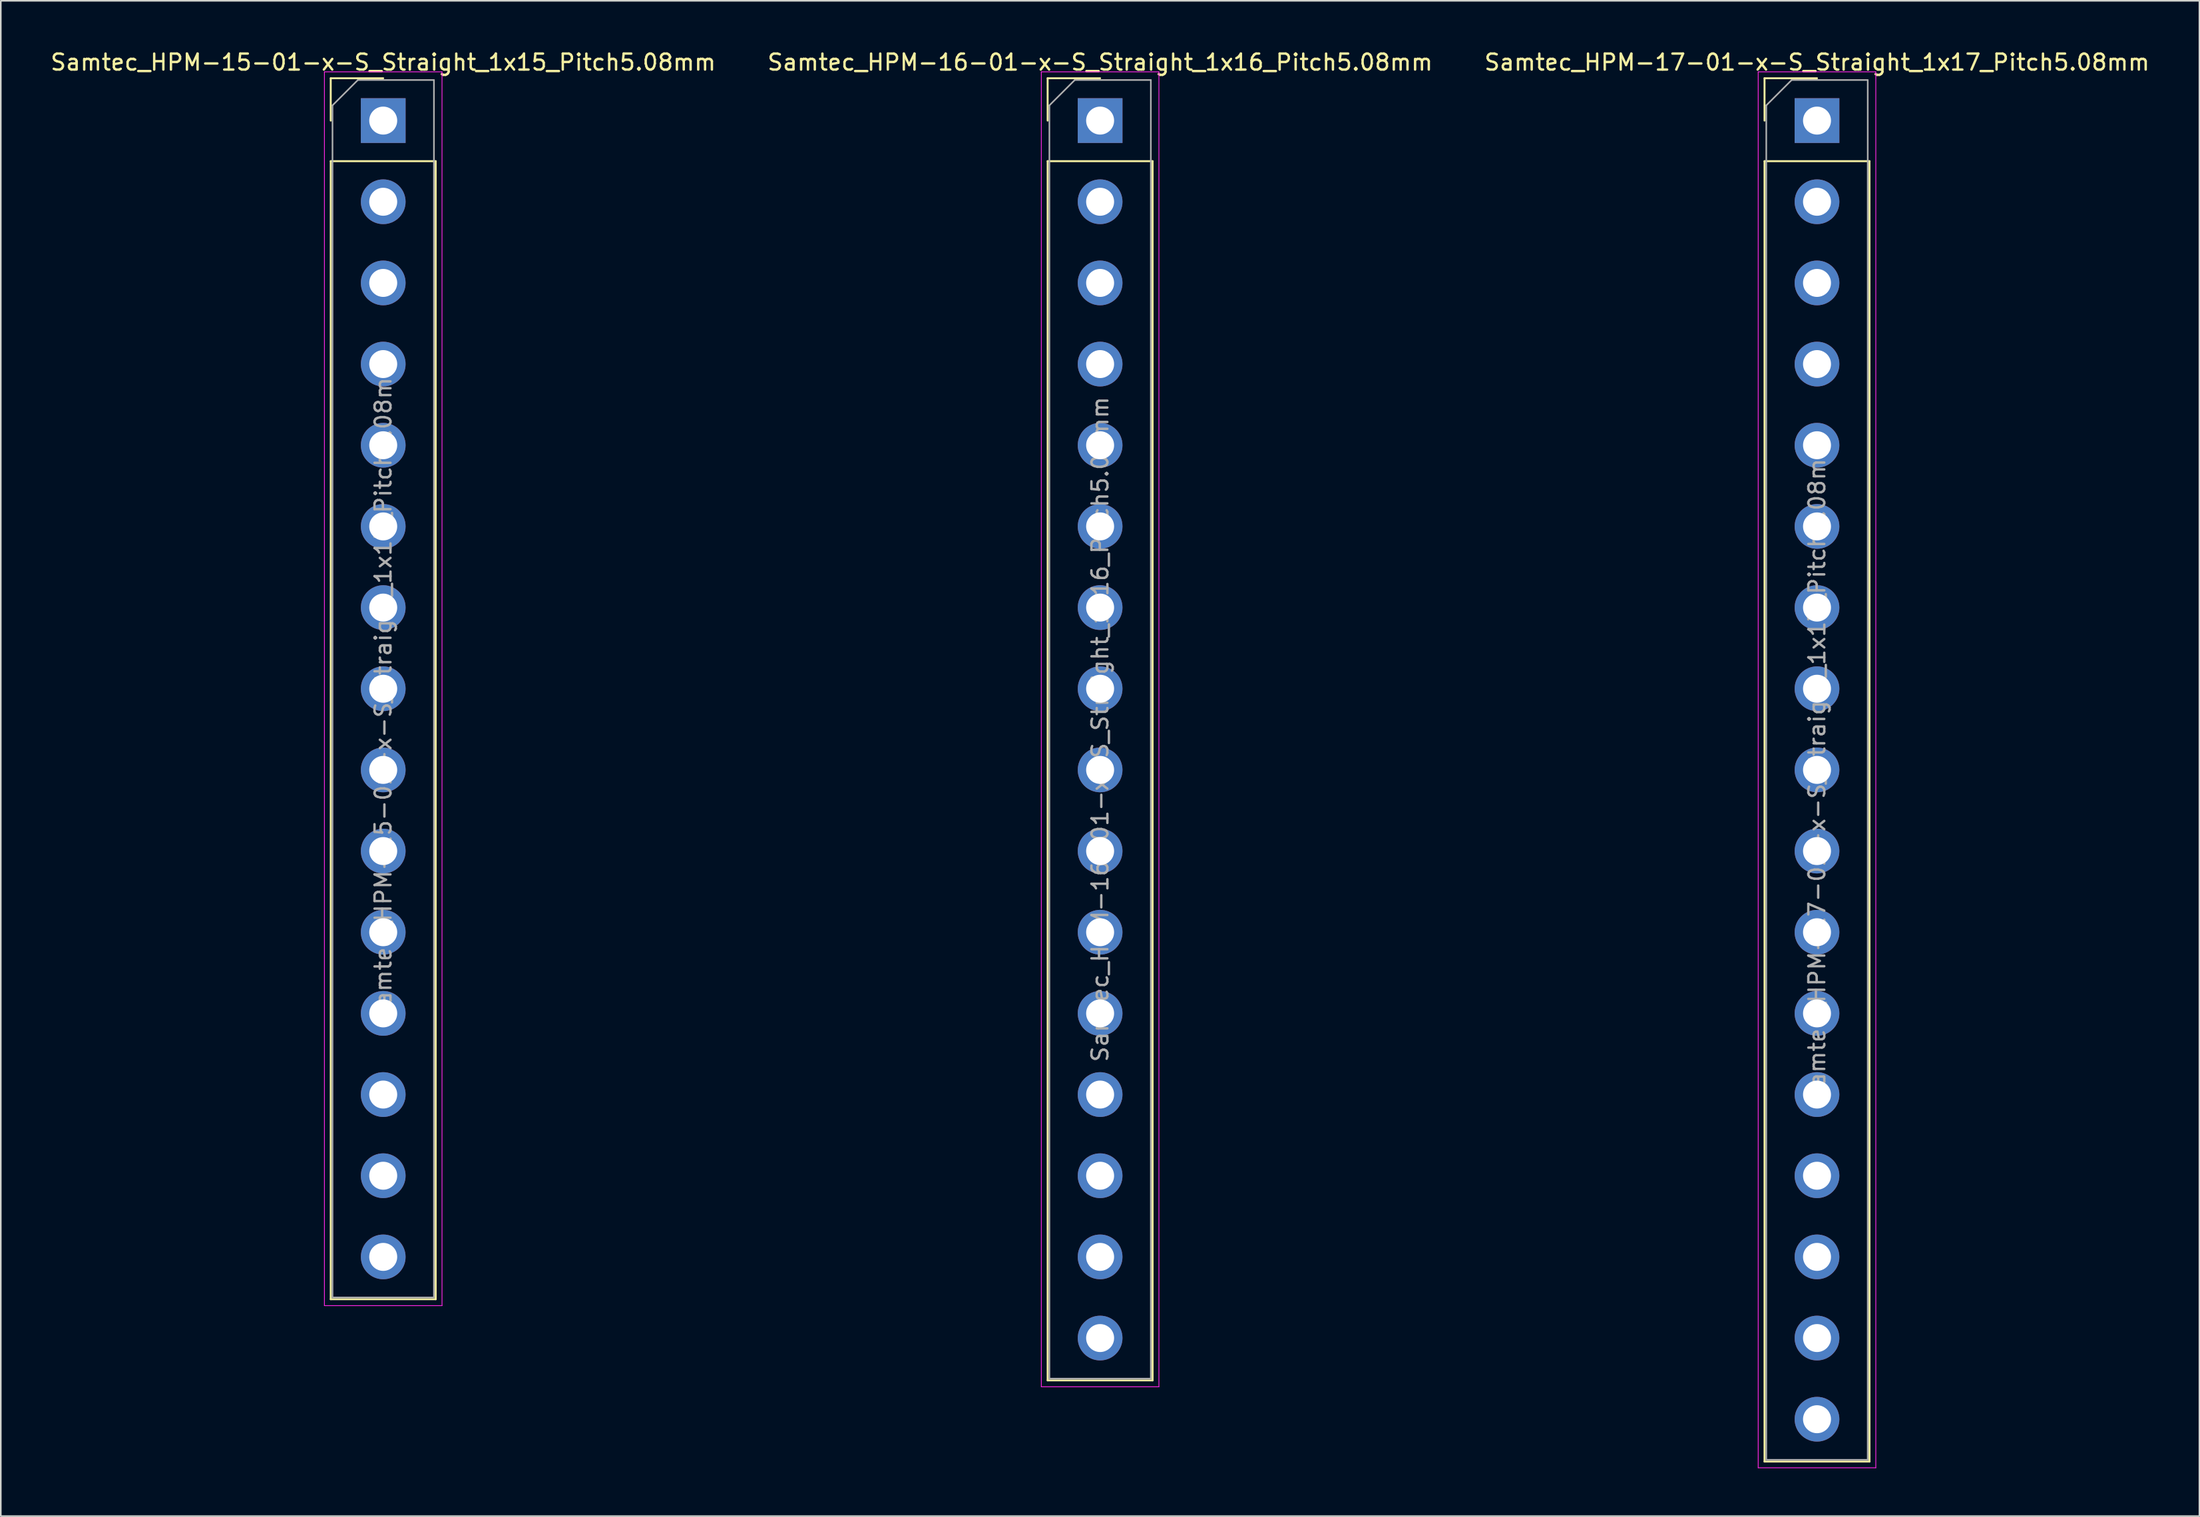
<source format=kicad_pcb>
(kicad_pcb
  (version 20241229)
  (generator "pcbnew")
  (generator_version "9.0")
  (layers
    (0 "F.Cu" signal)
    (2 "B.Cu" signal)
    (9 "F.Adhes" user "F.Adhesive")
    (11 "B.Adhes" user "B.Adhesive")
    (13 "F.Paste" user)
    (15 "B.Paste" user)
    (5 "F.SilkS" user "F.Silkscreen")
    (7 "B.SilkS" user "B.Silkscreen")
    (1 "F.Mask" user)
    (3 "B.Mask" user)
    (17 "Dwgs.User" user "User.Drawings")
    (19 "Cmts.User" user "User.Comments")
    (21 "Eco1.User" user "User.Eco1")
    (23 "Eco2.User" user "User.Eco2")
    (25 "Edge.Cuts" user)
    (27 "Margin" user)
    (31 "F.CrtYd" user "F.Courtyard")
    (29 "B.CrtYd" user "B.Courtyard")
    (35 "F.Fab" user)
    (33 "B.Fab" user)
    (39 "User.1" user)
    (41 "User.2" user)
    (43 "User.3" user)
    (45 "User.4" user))
  (footprint "Samtec_HPM-15-01-x-S_Straight_1x15_Pitch5.08mm"
    (layer "F.Cu")
    (at 20.935 4.498)
    (property "Reference" "Samtec_HPM-15-01-x-S_Straight_1x15_Pitch5.08mm" (at 0 -3.65 0) (layer "F.SilkS") (effects (font (size 1 1) (thickness 0.15))))
    (attr through_hole)
    (fp_line (start -3.285 -2.65) (end 0 -2.65) (stroke (width 0.12) (type solid)) (layer "F.SilkS"))
    (fp_line (start -3.285 0) (end -3.285 -2.65) (stroke (width 0.12) (type solid)) (layer "F.SilkS"))
    (fp_line (start -3.285 2.54) (end -3.285 73.77) (stroke (width 0.12) (type solid)) (layer "F.SilkS"))
    (fp_line (start -3.285 2.54) (end 3.285 2.54) (stroke (width 0.12) (type solid)) (layer "F.SilkS"))
    (fp_line (start -3.285 73.77) (end 3.285 73.77) (stroke (width 0.12) (type solid)) (layer "F.SilkS"))
    (fp_line (start 3.285 2.54) (end 3.285 73.77) (stroke (width 0.12) (type solid)) (layer "F.SilkS"))
    (fp_line (start -3.68 -3.05) (end -3.68 74.17) (stroke (width 0.05) (type solid)) (layer "F.CrtYd"))
    (fp_line (start -3.68 74.17) (end 3.68 74.17) (stroke (width 0.05) (type solid)) (layer "F.CrtYd"))
    (fp_line (start 3.68 -3.05) (end -3.68 -3.05) (stroke (width 0.05) (type solid)) (layer "F.CrtYd"))
    (fp_line (start 3.68 74.17) (end 3.68 -3.05) (stroke (width 0.05) (type solid)) (layer "F.CrtYd"))
    (fp_line (start -3.175 -0.953) (end -1.587 -2.54) (stroke (width 0.1) (type solid)) (layer "F.Fab"))
    (fp_line (start -3.175 73.66) (end -3.175 -0.953) (stroke (width 0.1) (type solid)) (layer "F.Fab"))
    (fp_line (start -1.587 -2.54) (end 3.175 -2.54) (stroke (width 0.1) (type solid)) (layer "F.Fab"))
    (fp_line (start 3.175 -2.54) (end 3.175 73.66) (stroke (width 0.1) (type solid)) (layer "F.Fab"))
    (fp_line (start 3.175 73.66) (end -3.175 73.66) (stroke (width 0.1) (type solid)) (layer "F.Fab"))
    (fp_text user "${REFERENCE}" (at 0 35.56 90) (layer "F.Fab") (effects (font (size 1 1) (thickness 0.15))))
    (pad "1" thru_hole rect (at 0 0) (size 2.8 2.8) (drill 1.75) (layers "*.Cu" "*.Mask"))
    (pad "2" thru_hole circle (at 0 5.08) (size 2.8 2.8) (drill 1.75) (layers "*.Cu" "*.Mask"))
    (pad "3" thru_hole circle (at 0 10.16) (size 2.8 2.8) (drill 1.75) (layers "*.Cu" "*.Mask"))
    (pad "4" thru_hole circle (at 0 15.24) (size 2.8 2.8) (drill 1.75) (layers "*.Cu" "*.Mask"))
    (pad "5" thru_hole circle (at 0 20.32) (size 2.8 2.8) (drill 1.75) (layers "*.Cu" "*.Mask"))
    (pad "6" thru_hole circle (at 0 25.4) (size 2.8 2.8) (drill 1.75) (layers "*.Cu" "*.Mask"))
    (pad "7" thru_hole circle (at 0 30.48) (size 2.8 2.8) (drill 1.75) (layers "*.Cu" "*.Mask"))
    (pad "8" thru_hole circle (at 0 35.56) (size 2.8 2.8) (drill 1.75) (layers "*.Cu" "*.Mask"))
    (pad "9" thru_hole circle (at 0 40.64) (size 2.8 2.8) (drill 1.75) (layers "*.Cu" "*.Mask"))
    (pad "10" thru_hole circle (at 0 45.72) (size 2.8 2.8) (drill 1.75) (layers "*.Cu" "*.Mask"))
    (pad "11" thru_hole circle (at 0 50.8) (size 2.8 2.8) (drill 1.75) (layers "*.Cu" "*.Mask"))
    (pad "12" thru_hole circle (at 0 55.88) (size 2.8 2.8) (drill 1.75) (layers "*.Cu" "*.Mask"))
    (pad "13" thru_hole circle (at 0 60.96) (size 2.8 2.8) (drill 1.75) (layers "*.Cu" "*.Mask"))
    (pad "14" thru_hole circle (at 0 66.04) (size 2.8 2.8) (drill 1.75) (layers "*.Cu" "*.Mask"))
    (pad "15" thru_hole circle (at 0 71.12) (size 2.8 2.8) (drill 1.75) (layers "*.Cu" "*.Mask")))
  (footprint "Samtec_HPM-16-01-x-S_Straight_1x16_Pitch5.08mm"
    (layer "F.Cu")
    (at 65.804 4.498)
    (property "Reference" "Samtec_HPM-16-01-x-S_Straight_1x16_Pitch5.08mm" (at 0 -3.65 0) (layer "F.SilkS") (effects (font (size 1 1) (thickness 0.15))))
    (attr through_hole)
    (fp_line (start -3.285 -2.65) (end 0 -2.65) (stroke (width 0.12) (type solid)) (layer "F.SilkS"))
    (fp_line (start -3.285 0) (end -3.285 -2.65) (stroke (width 0.12) (type solid)) (layer "F.SilkS"))
    (fp_line (start -3.285 2.54) (end -3.285 78.85) (stroke (width 0.12) (type solid)) (layer "F.SilkS"))
    (fp_line (start -3.285 2.54) (end 3.285 2.54) (stroke (width 0.12) (type solid)) (layer "F.SilkS"))
    (fp_line (start -3.285 78.85) (end 3.285 78.85) (stroke (width 0.12) (type solid)) (layer "F.SilkS"))
    (fp_line (start 3.285 2.54) (end 3.285 78.85) (stroke (width 0.12) (type solid)) (layer "F.SilkS"))
    (fp_line (start -3.68 -3.05) (end -3.68 79.25) (stroke (width 0.05) (type solid)) (layer "F.CrtYd"))
    (fp_line (start -3.68 79.25) (end 3.68 79.25) (stroke (width 0.05) (type solid)) (layer "F.CrtYd"))
    (fp_line (start 3.68 -3.05) (end -3.68 -3.05) (stroke (width 0.05) (type solid)) (layer "F.CrtYd"))
    (fp_line (start 3.68 79.25) (end 3.68 -3.05) (stroke (width 0.05) (type solid)) (layer "F.CrtYd"))
    (fp_line (start -3.175 -0.953) (end -1.587 -2.54) (stroke (width 0.1) (type solid)) (layer "F.Fab"))
    (fp_line (start -3.175 78.74) (end -3.175 -0.953) (stroke (width 0.1) (type solid)) (layer "F.Fab"))
    (fp_line (start -1.587 -2.54) (end 3.175 -2.54) (stroke (width 0.1) (type solid)) (layer "F.Fab"))
    (fp_line (start 3.175 -2.54) (end 3.175 78.74) (stroke (width 0.1) (type solid)) (layer "F.Fab"))
    (fp_line (start 3.175 78.74) (end -3.175 78.74) (stroke (width 0.1) (type solid)) (layer "F.Fab"))
    (fp_text user "${REFERENCE}" (at 0 38.1 90) (layer "F.Fab") (effects (font (size 1 1) (thickness 0.15))))
    (pad "1" thru_hole rect (at 0 0) (size 2.8 2.8) (drill 1.75) (layers "*.Cu" "*.Mask"))
    (pad "2" thru_hole circle (at 0 5.08) (size 2.8 2.8) (drill 1.75) (layers "*.Cu" "*.Mask"))
    (pad "3" thru_hole circle (at 0 10.16) (size 2.8 2.8) (drill 1.75) (layers "*.Cu" "*.Mask"))
    (pad "4" thru_hole circle (at 0 15.24) (size 2.8 2.8) (drill 1.75) (layers "*.Cu" "*.Mask"))
    (pad "5" thru_hole circle (at 0 20.32) (size 2.8 2.8) (drill 1.75) (layers "*.Cu" "*.Mask"))
    (pad "6" thru_hole circle (at 0 25.4) (size 2.8 2.8) (drill 1.75) (layers "*.Cu" "*.Mask"))
    (pad "7" thru_hole circle (at 0 30.48) (size 2.8 2.8) (drill 1.75) (layers "*.Cu" "*.Mask"))
    (pad "8" thru_hole circle (at 0 35.56) (size 2.8 2.8) (drill 1.75) (layers "*.Cu" "*.Mask"))
    (pad "9" thru_hole circle (at 0 40.64) (size 2.8 2.8) (drill 1.75) (layers "*.Cu" "*.Mask"))
    (pad "10" thru_hole circle (at 0 45.72) (size 2.8 2.8) (drill 1.75) (layers "*.Cu" "*.Mask"))
    (pad "11" thru_hole circle (at 0 50.8) (size 2.8 2.8) (drill 1.75) (layers "*.Cu" "*.Mask"))
    (pad "12" thru_hole circle (at 0 55.88) (size 2.8 2.8) (drill 1.75) (layers "*.Cu" "*.Mask"))
    (pad "13" thru_hole circle (at 0 60.96) (size 2.8 2.8) (drill 1.75) (layers "*.Cu" "*.Mask"))
    (pad "14" thru_hole circle (at 0 66.04) (size 2.8 2.8) (drill 1.75) (layers "*.Cu" "*.Mask"))
    (pad "15" thru_hole circle (at 0 71.12) (size 2.8 2.8) (drill 1.75) (layers "*.Cu" "*.Mask"))
    (pad "16" thru_hole circle (at 0 76.2) (size 2.8 2.8) (drill 1.75) (layers "*.Cu" "*.Mask")))
  (footprint "Samtec_HPM-17-01-x-S_Straight_1x17_Pitch5.08mm"
    (layer "F.Cu")
    (at 110.673 4.498)
    (property "Reference" "Samtec_HPM-17-01-x-S_Straight_1x17_Pitch5.08mm" (at 0 -3.65 0) (layer "F.SilkS") (effects (font (size 1 1) (thickness 0.15))))
    (attr through_hole)
    (fp_line (start -3.285 -2.65) (end 0 -2.65) (stroke (width 0.12) (type solid)) (layer "F.SilkS"))
    (fp_line (start -3.285 0) (end -3.285 -2.65) (stroke (width 0.12) (type solid)) (layer "F.SilkS"))
    (fp_line (start -3.285 2.54) (end -3.285 83.93) (stroke (width 0.12) (type solid)) (layer "F.SilkS"))
    (fp_line (start -3.285 2.54) (end 3.285 2.54) (stroke (width 0.12) (type solid)) (layer "F.SilkS"))
    (fp_line (start -3.285 83.93) (end 3.285 83.93) (stroke (width 0.12) (type solid)) (layer "F.SilkS"))
    (fp_line (start 3.285 2.54) (end 3.285 83.93) (stroke (width 0.12) (type solid)) (layer "F.SilkS"))
    (fp_line (start -3.68 -3.05) (end -3.68 84.32) (stroke (width 0.05) (type solid)) (layer "F.CrtYd"))
    (fp_line (start -3.68 84.32) (end 3.68 84.32) (stroke (width 0.05) (type solid)) (layer "F.CrtYd"))
    (fp_line (start 3.68 -3.05) (end -3.68 -3.05) (stroke (width 0.05) (type solid)) (layer "F.CrtYd"))
    (fp_line (start 3.68 84.32) (end 3.68 -3.05) (stroke (width 0.05) (type solid)) (layer "F.CrtYd"))
    (fp_line (start -3.175 -0.953) (end -1.587 -2.54) (stroke (width 0.1) (type solid)) (layer "F.Fab"))
    (fp_line (start -3.175 83.82) (end -3.175 -0.953) (stroke (width 0.1) (type solid)) (layer "F.Fab"))
    (fp_line (start -1.587 -2.54) (end 3.175 -2.54) (stroke (width 0.1) (type solid)) (layer "F.Fab"))
    (fp_line (start 3.175 -2.54) (end 3.175 83.82) (stroke (width 0.1) (type solid)) (layer "F.Fab"))
    (fp_line (start 3.175 83.82) (end -3.175 83.82) (stroke (width 0.1) (type solid)) (layer "F.Fab"))
    (fp_text user "${REFERENCE}" (at 0 40.64 90) (layer "F.Fab") (effects (font (size 1 1) (thickness 0.15))))
    (pad "1" thru_hole rect (at 0 0) (size 2.8 2.8) (drill 1.75) (layers "*.Cu" "*.Mask"))
    (pad "2" thru_hole circle (at 0 5.08) (size 2.8 2.8) (drill 1.75) (layers "*.Cu" "*.Mask"))
    (pad "3" thru_hole circle (at 0 10.16) (size 2.8 2.8) (drill 1.75) (layers "*.Cu" "*.Mask"))
    (pad "4" thru_hole circle (at 0 15.24) (size 2.8 2.8) (drill 1.75) (layers "*.Cu" "*.Mask"))
    (pad "5" thru_hole circle (at 0 20.32) (size 2.8 2.8) (drill 1.75) (layers "*.Cu" "*.Mask"))
    (pad "6" thru_hole circle (at 0 25.4) (size 2.8 2.8) (drill 1.75) (layers "*.Cu" "*.Mask"))
    (pad "7" thru_hole circle (at 0 30.48) (size 2.8 2.8) (drill 1.75) (layers "*.Cu" "*.Mask"))
    (pad "8" thru_hole circle (at 0 35.56) (size 2.8 2.8) (drill 1.75) (layers "*.Cu" "*.Mask"))
    (pad "9" thru_hole circle (at 0 40.64) (size 2.8 2.8) (drill 1.75) (layers "*.Cu" "*.Mask"))
    (pad "10" thru_hole circle (at 0 45.72) (size 2.8 2.8) (drill 1.75) (layers "*.Cu" "*.Mask"))
    (pad "11" thru_hole circle (at 0 50.8) (size 2.8 2.8) (drill 1.75) (layers "*.Cu" "*.Mask"))
    (pad "12" thru_hole circle (at 0 55.88) (size 2.8 2.8) (drill 1.75) (layers "*.Cu" "*.Mask"))
    (pad "13" thru_hole circle (at 0 60.96) (size 2.8 2.8) (drill 1.75) (layers "*.Cu" "*.Mask"))
    (pad "14" thru_hole circle (at 0 66.04) (size 2.8 2.8) (drill 1.75) (layers "*.Cu" "*.Mask"))
    (pad "15" thru_hole circle (at 0 71.12) (size 2.8 2.8) (drill 1.75) (layers "*.Cu" "*.Mask"))
    (pad "16" thru_hole circle (at 0 76.2) (size 2.8 2.8) (drill 1.75) (layers "*.Cu" "*.Mask"))
    (pad "17" thru_hole circle (at 0 81.28) (size 2.8 2.8) (drill 1.75) (layers "*.Cu" "*.Mask")))
  (gr_rect
    (start -3 -3)
    (end 134.607 91.843)
    (stroke (width 0.1) (type default))
    (fill no)
    (layer "Edge.Cuts")))
</source>
